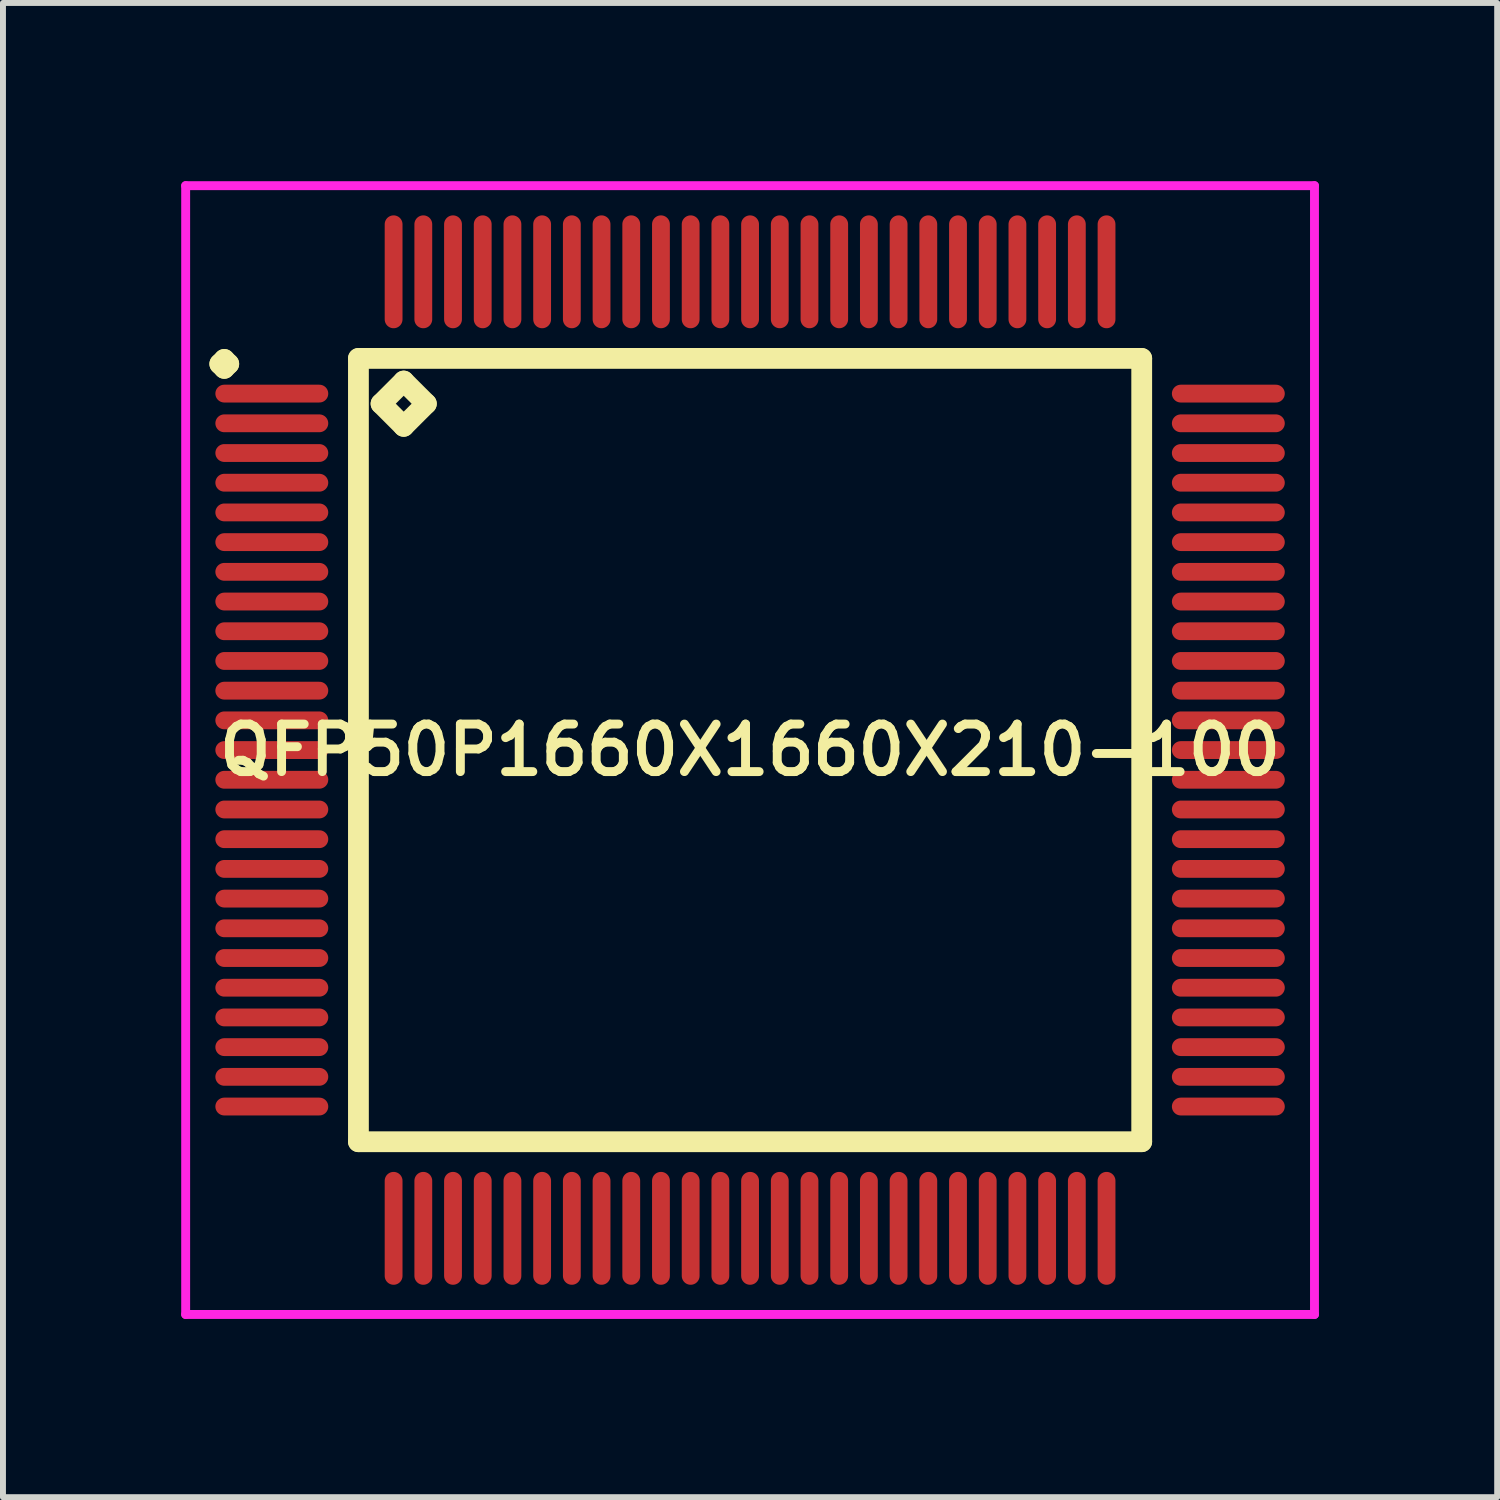
<source format=kicad_pcb>
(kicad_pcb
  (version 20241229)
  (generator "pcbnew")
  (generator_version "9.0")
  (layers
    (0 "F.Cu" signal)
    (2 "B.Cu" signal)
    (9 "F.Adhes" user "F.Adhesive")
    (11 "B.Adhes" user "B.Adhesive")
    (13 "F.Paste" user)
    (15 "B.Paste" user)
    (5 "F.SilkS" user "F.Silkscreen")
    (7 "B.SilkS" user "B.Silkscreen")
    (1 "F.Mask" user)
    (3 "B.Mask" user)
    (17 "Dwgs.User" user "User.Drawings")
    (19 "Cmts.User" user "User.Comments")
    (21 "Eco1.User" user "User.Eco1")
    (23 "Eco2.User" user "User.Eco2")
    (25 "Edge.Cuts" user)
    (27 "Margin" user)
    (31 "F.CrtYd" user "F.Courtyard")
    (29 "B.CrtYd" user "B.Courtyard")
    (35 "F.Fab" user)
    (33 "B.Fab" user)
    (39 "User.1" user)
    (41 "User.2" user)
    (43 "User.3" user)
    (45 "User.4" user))
  (footprint "QFP50P1660X1660X210-100"
    (layer "F.Cu")
    (at 9.575 9.575)
    (property "Reference" "QFP50P1660X1660X210-100" (at 0 0 0) (layer "F.SilkS") (effects (font (size 0.8 0.8) (thickness 0.15))))
    (attr smd)
    (fp_line (start -8.925 -6.5) (end -8.85 -6.575) (stroke (width 0.35) (type solid)) (layer "F.SilkS"))
    (fp_line (start -8.85 -6.575) (end -8.775 -6.5) (stroke (width 0.35) (type solid)) (layer "F.SilkS"))
    (fp_line (start -8.85 -6.425) (end -8.925 -6.5) (stroke (width 0.35) (type solid)) (layer "F.SilkS"))
    (fp_line (start -8.775 -6.5) (end -8.85 -6.425) (stroke (width 0.35) (type solid)) (layer "F.SilkS"))
    (fp_line (start -6.592 -6.592) (end -6.592 6.592) (stroke (width 0.35) (type solid)) (layer "F.SilkS"))
    (fp_line (start -6.592 6.592) (end 6.592 6.592) (stroke (width 0.35) (type solid)) (layer "F.SilkS"))
    (fp_line (start -6.211 -5.83) (end -5.83 -6.211) (stroke (width 0.35) (type solid)) (layer "F.SilkS"))
    (fp_line (start -5.83 -6.211) (end -5.449 -5.83) (stroke (width 0.35) (type solid)) (layer "F.SilkS"))
    (fp_line (start -5.83 -5.449) (end -6.211 -5.83) (stroke (width 0.35) (type solid)) (layer "F.SilkS"))
    (fp_line (start -5.449 -5.83) (end -5.83 -5.449) (stroke (width 0.35) (type solid)) (layer "F.SilkS"))
    (fp_line (start 6.592 -6.592) (end -6.592 -6.592) (stroke (width 0.35) (type solid)) (layer "F.SilkS"))
    (fp_line (start 6.592 6.592) (end 6.592 -6.592) (stroke (width 0.35) (type solid)) (layer "F.SilkS"))
    (fp_line (start -9.5 -9.5) (end 9.5 -9.5) (stroke (width 0.15) (type solid)) (layer "F.CrtYd"))
    (fp_line (start -9.5 9.5) (end -9.5 -9.5) (stroke (width 0.15) (type solid)) (layer "F.CrtYd"))
    (fp_line (start 9.5 -9.5) (end 9.5 9.5) (stroke (width 0.15) (type solid)) (layer "F.CrtYd"))
    (fp_line (start 9.5 9.5) (end -9.5 9.5) (stroke (width 0.15) (type solid)) (layer "F.CrtYd"))
    (pad "1" smd oval (at -8.05 -6) (size 1.9 0.3) (layers "F.Cu" "F.Mask" "F.Paste"))
    (pad "2" smd oval (at -8.05 -5.5) (size 1.9 0.3) (layers "F.Cu" "F.Mask" "F.Paste"))
    (pad "3" smd oval (at -8.05 -5) (size 1.9 0.3) (layers "F.Cu" "F.Mask" "F.Paste"))
    (pad "4" smd oval (at -8.05 -4.5) (size 1.9 0.3) (layers "F.Cu" "F.Mask" "F.Paste"))
    (pad "5" smd oval (at -8.05 -4) (size 1.9 0.3) (layers "F.Cu" "F.Mask" "F.Paste"))
    (pad "6" smd oval (at -8.05 -3.5) (size 1.9 0.3) (layers "F.Cu" "F.Mask" "F.Paste"))
    (pad "7" smd oval (at -8.05 -3) (size 1.9 0.3) (layers "F.Cu" "F.Mask" "F.Paste"))
    (pad "8" smd oval (at -8.05 -2.5) (size 1.9 0.3) (layers "F.Cu" "F.Mask" "F.Paste"))
    (pad "9" smd oval (at -8.05 -2) (size 1.9 0.3) (layers "F.Cu" "F.Mask" "F.Paste"))
    (pad "10" smd oval (at -8.05 -1.5) (size 1.9 0.3) (layers "F.Cu" "F.Mask" "F.Paste"))
    (pad "11" smd oval (at -8.05 -1) (size 1.9 0.3) (layers "F.Cu" "F.Mask" "F.Paste"))
    (pad "12" smd oval (at -8.05 -0.5) (size 1.9 0.3) (layers "F.Cu" "F.Mask" "F.Paste"))
    (pad "13" smd oval (at -8.05 0) (size 1.9 0.3) (layers "F.Cu" "F.Mask" "F.Paste"))
    (pad "14" smd oval (at -8.05 0.5) (size 1.9 0.3) (layers "F.Cu" "F.Mask" "F.Paste"))
    (pad "15" smd oval (at -8.05 1) (size 1.9 0.3) (layers "F.Cu" "F.Mask" "F.Paste"))
    (pad "16" smd oval (at -8.05 1.5) (size 1.9 0.3) (layers "F.Cu" "F.Mask" "F.Paste"))
    (pad "17" smd oval (at -8.05 2) (size 1.9 0.3) (layers "F.Cu" "F.Mask" "F.Paste"))
    (pad "18" smd oval (at -8.05 2.5) (size 1.9 0.3) (layers "F.Cu" "F.Mask" "F.Paste"))
    (pad "19" smd oval (at -8.05 3) (size 1.9 0.3) (layers "F.Cu" "F.Mask" "F.Paste"))
    (pad "20" smd oval (at -8.05 3.5) (size 1.9 0.3) (layers "F.Cu" "F.Mask" "F.Paste"))
    (pad "21" smd oval (at -8.05 4) (size 1.9 0.3) (layers "F.Cu" "F.Mask" "F.Paste"))
    (pad "22" smd oval (at -8.05 4.5) (size 1.9 0.3) (layers "F.Cu" "F.Mask" "F.Paste"))
    (pad "23" smd oval (at -8.05 5) (size 1.9 0.3) (layers "F.Cu" "F.Mask" "F.Paste"))
    (pad "24" smd oval (at -8.05 5.5) (size 1.9 0.3) (layers "F.Cu" "F.Mask" "F.Paste"))
    (pad "25" smd oval (at -8.05 6) (size 1.9 0.3) (layers "F.Cu" "F.Mask" "F.Paste"))
    (pad "26" smd oval (at -6 8.05) (size 0.3 1.9) (layers "F.Cu" "F.Mask" "F.Paste"))
    (pad "27" smd oval (at -5.5 8.05) (size 0.3 1.9) (layers "F.Cu" "F.Mask" "F.Paste"))
    (pad "28" smd oval (at -5 8.05) (size 0.3 1.9) (layers "F.Cu" "F.Mask" "F.Paste"))
    (pad "29" smd oval (at -4.5 8.05) (size 0.3 1.9) (layers "F.Cu" "F.Mask" "F.Paste"))
    (pad "30" smd oval (at -4 8.05) (size 0.3 1.9) (layers "F.Cu" "F.Mask" "F.Paste"))
    (pad "31" smd oval (at -3.5 8.05) (size 0.3 1.9) (layers "F.Cu" "F.Mask" "F.Paste"))
    (pad "32" smd oval (at -3 8.05) (size 0.3 1.9) (layers "F.Cu" "F.Mask" "F.Paste"))
    (pad "33" smd oval (at -2.5 8.05) (size 0.3 1.9) (layers "F.Cu" "F.Mask" "F.Paste"))
    (pad "34" smd oval (at -2 8.05) (size 0.3 1.9) (layers "F.Cu" "F.Mask" "F.Paste"))
    (pad "35" smd oval (at -1.5 8.05) (size 0.3 1.9) (layers "F.Cu" "F.Mask" "F.Paste"))
    (pad "36" smd oval (at -1 8.05) (size 0.3 1.9) (layers "F.Cu" "F.Mask" "F.Paste"))
    (pad "37" smd oval (at -0.5 8.05) (size 0.3 1.9) (layers "F.Cu" "F.Mask" "F.Paste"))
    (pad "38" smd oval (at 0 8.05) (size 0.3 1.9) (layers "F.Cu" "F.Mask" "F.Paste"))
    (pad "39" smd oval (at 0.5 8.05) (size 0.3 1.9) (layers "F.Cu" "F.Mask" "F.Paste"))
    (pad "40" smd oval (at 1 8.05) (size 0.3 1.9) (layers "F.Cu" "F.Mask" "F.Paste"))
    (pad "41" smd oval (at 1.5 8.05) (size 0.3 1.9) (layers "F.Cu" "F.Mask" "F.Paste"))
    (pad "42" smd oval (at 2 8.05) (size 0.3 1.9) (layers "F.Cu" "F.Mask" "F.Paste"))
    (pad "43" smd oval (at 2.5 8.05) (size 0.3 1.9) (layers "F.Cu" "F.Mask" "F.Paste"))
    (pad "44" smd oval (at 3 8.05) (size 0.3 1.9) (layers "F.Cu" "F.Mask" "F.Paste"))
    (pad "45" smd oval (at 3.5 8.05) (size 0.3 1.9) (layers "F.Cu" "F.Mask" "F.Paste"))
    (pad "46" smd oval (at 4 8.05) (size 0.3 1.9) (layers "F.Cu" "F.Mask" "F.Paste"))
    (pad "47" smd oval (at 4.5 8.05) (size 0.3 1.9) (layers "F.Cu" "F.Mask" "F.Paste"))
    (pad "48" smd oval (at 5 8.05) (size 0.3 1.9) (layers "F.Cu" "F.Mask" "F.Paste"))
    (pad "49" smd oval (at 5.5 8.05) (size 0.3 1.9) (layers "F.Cu" "F.Mask" "F.Paste"))
    (pad "50" smd oval (at 6 8.05) (size 0.3 1.9) (layers "F.Cu" "F.Mask" "F.Paste"))
    (pad "51" smd oval (at 8.05 6) (size 1.9 0.3) (layers "F.Cu" "F.Mask" "F.Paste"))
    (pad "52" smd oval (at 8.05 5.5) (size 1.9 0.3) (layers "F.Cu" "F.Mask" "F.Paste"))
    (pad "53" smd oval (at 8.05 5) (size 1.9 0.3) (layers "F.Cu" "F.Mask" "F.Paste"))
    (pad "54" smd oval (at 8.05 4.5) (size 1.9 0.3) (layers "F.Cu" "F.Mask" "F.Paste"))
    (pad "55" smd oval (at 8.05 4) (size 1.9 0.3) (layers "F.Cu" "F.Mask" "F.Paste"))
    (pad "56" smd oval (at 8.05 3.5) (size 1.9 0.3) (layers "F.Cu" "F.Mask" "F.Paste"))
    (pad "57" smd oval (at 8.05 3) (size 1.9 0.3) (layers "F.Cu" "F.Mask" "F.Paste"))
    (pad "58" smd oval (at 8.05 2.5) (size 1.9 0.3) (layers "F.Cu" "F.Mask" "F.Paste"))
    (pad "59" smd oval (at 8.05 2) (size 1.9 0.3) (layers "F.Cu" "F.Mask" "F.Paste"))
    (pad "60" smd oval (at 8.05 1.5) (size 1.9 0.3) (layers "F.Cu" "F.Mask" "F.Paste"))
    (pad "61" smd oval (at 8.05 1) (size 1.9 0.3) (layers "F.Cu" "F.Mask" "F.Paste"))
    (pad "62" smd oval (at 8.05 0.5) (size 1.9 0.3) (layers "F.Cu" "F.Mask" "F.Paste"))
    (pad "63" smd oval (at 8.05 0) (size 1.9 0.3) (layers "F.Cu" "F.Mask" "F.Paste"))
    (pad "64" smd oval (at 8.05 -0.5) (size 1.9 0.3) (layers "F.Cu" "F.Mask" "F.Paste"))
    (pad "65" smd oval (at 8.05 -1) (size 1.9 0.3) (layers "F.Cu" "F.Mask" "F.Paste"))
    (pad "66" smd oval (at 8.05 -1.5) (size 1.9 0.3) (layers "F.Cu" "F.Mask" "F.Paste"))
    (pad "67" smd oval (at 8.05 -2) (size 1.9 0.3) (layers "F.Cu" "F.Mask" "F.Paste"))
    (pad "68" smd oval (at 8.05 -2.5) (size 1.9 0.3) (layers "F.Cu" "F.Mask" "F.Paste"))
    (pad "69" smd oval (at 8.05 -3) (size 1.9 0.3) (layers "F.Cu" "F.Mask" "F.Paste"))
    (pad "70" smd oval (at 8.05 -3.5) (size 1.9 0.3) (layers "F.Cu" "F.Mask" "F.Paste"))
    (pad "71" smd oval (at 8.05 -4) (size 1.9 0.3) (layers "F.Cu" "F.Mask" "F.Paste"))
    (pad "72" smd oval (at 8.05 -4.5) (size 1.9 0.3) (layers "F.Cu" "F.Mask" "F.Paste"))
    (pad "73" smd oval (at 8.05 -5) (size 1.9 0.3) (layers "F.Cu" "F.Mask" "F.Paste"))
    (pad "74" smd oval (at 8.05 -5.5) (size 1.9 0.3) (layers "F.Cu" "F.Mask" "F.Paste"))
    (pad "75" smd oval (at 8.05 -6) (size 1.9 0.3) (layers "F.Cu" "F.Mask" "F.Paste"))
    (pad "76" smd oval (at 6 -8.05) (size 0.3 1.9) (layers "F.Cu" "F.Mask" "F.Paste"))
    (pad "77" smd oval (at 5.5 -8.05) (size 0.3 1.9) (layers "F.Cu" "F.Mask" "F.Paste"))
    (pad "78" smd oval (at 5 -8.05) (size 0.3 1.9) (layers "F.Cu" "F.Mask" "F.Paste"))
    (pad "79" smd oval (at 4.5 -8.05) (size 0.3 1.9) (layers "F.Cu" "F.Mask" "F.Paste"))
    (pad "80" smd oval (at 4 -8.05) (size 0.3 1.9) (layers "F.Cu" "F.Mask" "F.Paste"))
    (pad "81" smd oval (at 3.5 -8.05) (size 0.3 1.9) (layers "F.Cu" "F.Mask" "F.Paste"))
    (pad "82" smd oval (at 3 -8.05) (size 0.3 1.9) (layers "F.Cu" "F.Mask" "F.Paste"))
    (pad "83" smd oval (at 2.5 -8.05) (size 0.3 1.9) (layers "F.Cu" "F.Mask" "F.Paste"))
    (pad "84" smd oval (at 2 -8.05) (size 0.3 1.9) (layers "F.Cu" "F.Mask" "F.Paste"))
    (pad "85" smd oval (at 1.5 -8.05) (size 0.3 1.9) (layers "F.Cu" "F.Mask" "F.Paste"))
    (pad "86" smd oval (at 1 -8.05) (size 0.3 1.9) (layers "F.Cu" "F.Mask" "F.Paste"))
    (pad "87" smd oval (at 0.5 -8.05) (size 0.3 1.9) (layers "F.Cu" "F.Mask" "F.Paste"))
    (pad "88" smd oval (at 0 -8.05) (size 0.3 1.9) (layers "F.Cu" "F.Mask" "F.Paste"))
    (pad "89" smd oval (at -0.5 -8.05) (size 0.3 1.9) (layers "F.Cu" "F.Mask" "F.Paste"))
    (pad "90" smd oval (at -1 -8.05) (size 0.3 1.9) (layers "F.Cu" "F.Mask" "F.Paste"))
    (pad "91" smd oval (at -1.5 -8.05) (size 0.3 1.9) (layers "F.Cu" "F.Mask" "F.Paste"))
    (pad "92" smd oval (at -2 -8.05) (size 0.3 1.9) (layers "F.Cu" "F.Mask" "F.Paste"))
    (pad "93" smd oval (at -2.5 -8.05) (size 0.3 1.9) (layers "F.Cu" "F.Mask" "F.Paste"))
    (pad "94" smd oval (at -3 -8.05) (size 0.3 1.9) (layers "F.Cu" "F.Mask" "F.Paste"))
    (pad "95" smd oval (at -3.5 -8.05) (size 0.3 1.9) (layers "F.Cu" "F.Mask" "F.Paste"))
    (pad "96" smd oval (at -4 -8.05) (size 0.3 1.9) (layers "F.Cu" "F.Mask" "F.Paste"))
    (pad "97" smd oval (at -4.5 -8.05) (size 0.3 1.9) (layers "F.Cu" "F.Mask" "F.Paste"))
    (pad "98" smd oval (at -5 -8.05) (size 0.3 1.9) (layers "F.Cu" "F.Mask" "F.Paste"))
    (pad "99" smd oval (at -5.5 -8.05) (size 0.3 1.9) (layers "F.Cu" "F.Mask" "F.Paste"))
    (pad "100" smd oval (at -6 -8.05) (size 0.3 1.9) (layers "F.Cu" "F.Mask" "F.Paste")))
  (gr_rect
    (start -3 -3)
    (end 22.15 22.15)
    (stroke (width 0.1) (type default))
    (fill no)
    (layer "Edge.Cuts")))
</source>
